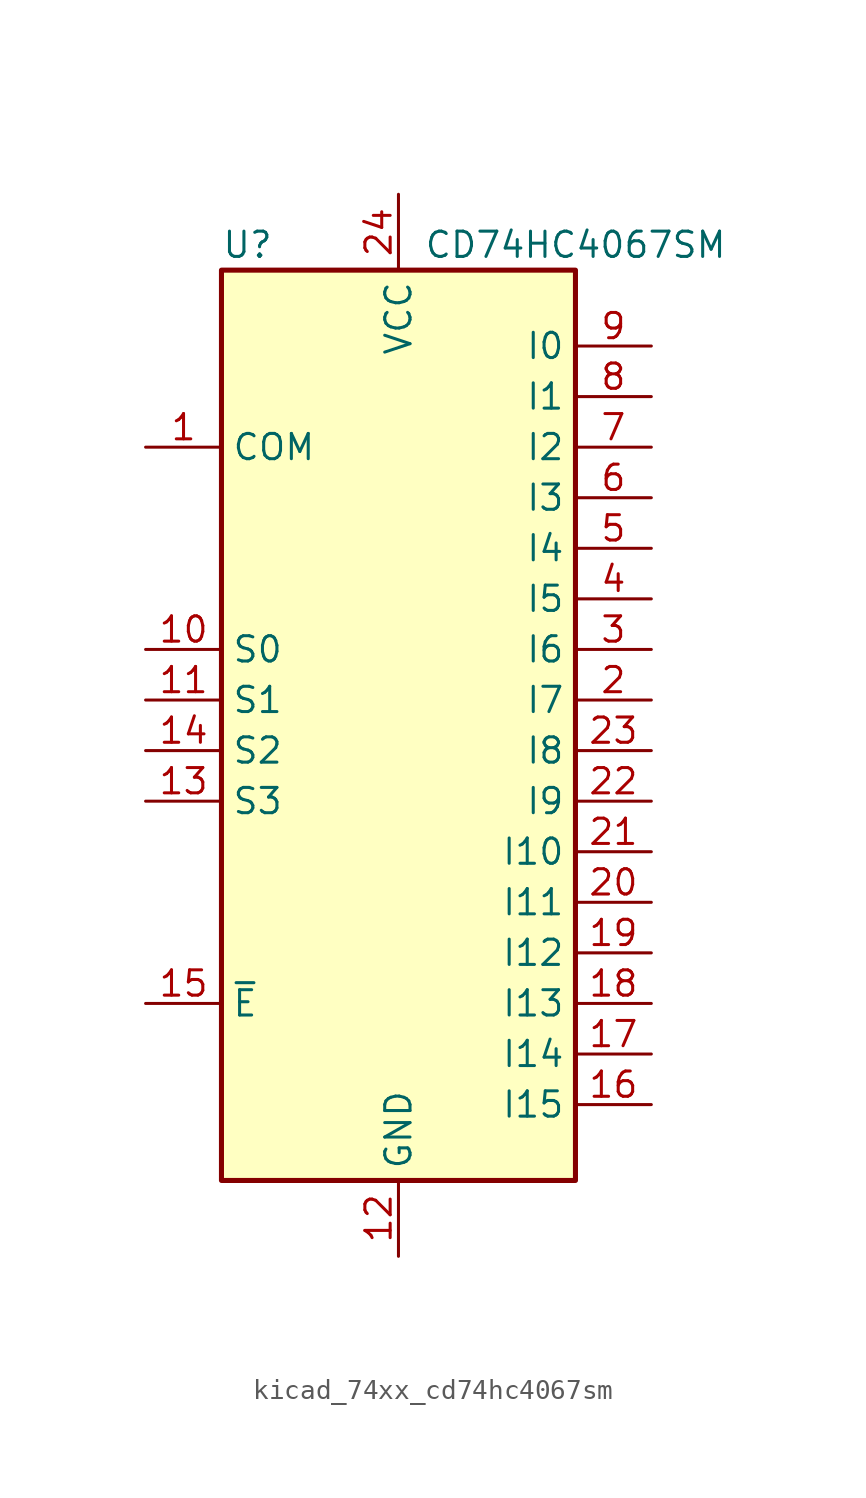
<source format=kicad_sym>
(kicad_symbol_lib
  (version 20220914)
  (generator kicad_symbol_editor)
  (symbol "kicad_74xx_cd74hc4067sm"
    (property "Reference" "U"
      (at -8.89 22.86 0)
      (effects (font (size 1.27 1.27)) (justify left)))
    (property "Value" "CD74HC4067SM"
      (at 1.27 22.86 0)
      (effects (font (size 1.27 1.27)) (justify left)))
    (symbol "kicad_74xx_cd74hc4067sm_0_1"
      (rectangle (start -8.89 21.59) (end 8.89 -24.13) (stroke (width 0.254) (type default)) (fill (type background))))
    (symbol "kicad_74xx_cd74hc4067sm_1_1"
      (pin passive line (at -12.7 12.7 0) (length 3.81) (name "COM" (effects (font (size 1.27 1.27)))) (number "1" (effects (font (size 1.27 1.27)))))
      (pin input line (at -12.7 2.54 0) (length 3.81) (name "S0" (effects (font (size 1.27 1.27)))) (number "10" (effects (font (size 1.27 1.27)))))
      (pin input line (at -12.7 0 0) (length 3.81) (name "S1" (effects (font (size 1.27 1.27)))) (number "11" (effects (font (size 1.27 1.27)))))
      (pin power_in line (at 0 -27.94 90) (length 3.81) (name "GND" (effects (font (size 1.27 1.27)))) (number "12" (effects (font (size 1.27 1.27)))))
      (pin input line (at -12.7 -5.08 0) (length 3.81) (name "S3" (effects (font (size 1.27 1.27)))) (number "13" (effects (font (size 1.27 1.27)))))
      (pin input line (at -12.7 -2.54 0) (length 3.81) (name "S2" (effects (font (size 1.27 1.27)))) (number "14" (effects (font (size 1.27 1.27)))))
      (pin input line (at -12.7 -15.24 0) (length 3.81) (name "~{E}" (effects (font (size 1.27 1.27)))) (number "15" (effects (font (size 1.27 1.27)))))
      (pin passive line (at 12.7 -20.32 180) (length 3.81) (name "I15" (effects (font (size 1.27 1.27)))) (number "16" (effects (font (size 1.27 1.27)))))
      (pin passive line (at 12.7 -17.78 180) (length 3.81) (name "I14" (effects (font (size 1.27 1.27)))) (number "17" (effects (font (size 1.27 1.27)))))
      (pin passive line (at 12.7 -15.24 180) (length 3.81) (name "I13" (effects (font (size 1.27 1.27)))) (number "18" (effects (font (size 1.27 1.27)))))
      (pin passive line (at 12.7 -12.7 180) (length 3.81) (name "I12" (effects (font (size 1.27 1.27)))) (number "19" (effects (font (size 1.27 1.27)))))
      (pin passive line (at 12.7 0 180) (length 3.81) (name "I7" (effects (font (size 1.27 1.27)))) (number "2" (effects (font (size 1.27 1.27)))))
      (pin passive line (at 12.7 -10.16 180) (length 3.81) (name "I11" (effects (font (size 1.27 1.27)))) (number "20" (effects (font (size 1.27 1.27)))))
      (pin passive line (at 12.7 -7.62 180) (length 3.81) (name "I10" (effects (font (size 1.27 1.27)))) (number "21" (effects (font (size 1.27 1.27)))))
      (pin passive line (at 12.7 -5.08 180) (length 3.81) (name "I9" (effects (font (size 1.27 1.27)))) (number "22" (effects (font (size 1.27 1.27)))))
      (pin passive line (at 12.7 -2.54 180) (length 3.81) (name "I8" (effects (font (size 1.27 1.27)))) (number "23" (effects (font (size 1.27 1.27)))))
      (pin power_in line (at 0 25.4 270) (length 3.81) (name "VCC" (effects (font (size 1.27 1.27)))) (number "24" (effects (font (size 1.27 1.27)))))
      (pin passive line (at 12.7 2.54 180) (length 3.81) (name "I6" (effects (font (size 1.27 1.27)))) (number "3" (effects (font (size 1.27 1.27)))))
      (pin passive line (at 12.7 5.08 180) (length 3.81) (name "I5" (effects (font (size 1.27 1.27)))) (number "4" (effects (font (size 1.27 1.27)))))
      (pin passive line (at 12.7 7.62 180) (length 3.81) (name "I4" (effects (font (size 1.27 1.27)))) (number "5" (effects (font (size 1.27 1.27)))))
      (pin passive line (at 12.7 10.16 180) (length 3.81) (name "I3" (effects (font (size 1.27 1.27)))) (number "6" (effects (font (size 1.27 1.27)))))
      (pin passive line (at 12.7 12.7 180) (length 3.81) (name "I2" (effects (font (size 1.27 1.27)))) (number "7" (effects (font (size 1.27 1.27)))))
      (pin passive line (at 12.7 15.24 180) (length 3.81) (name "I1" (effects (font (size 1.27 1.27)))) (number "8" (effects (font (size 1.27 1.27)))))
      (pin passive line (at 12.7 17.78 180) (length 3.81) (name "I0" (effects (font (size 1.27 1.27)))) (number "9" (effects (font (size 1.27 1.27))))))))
</source>
